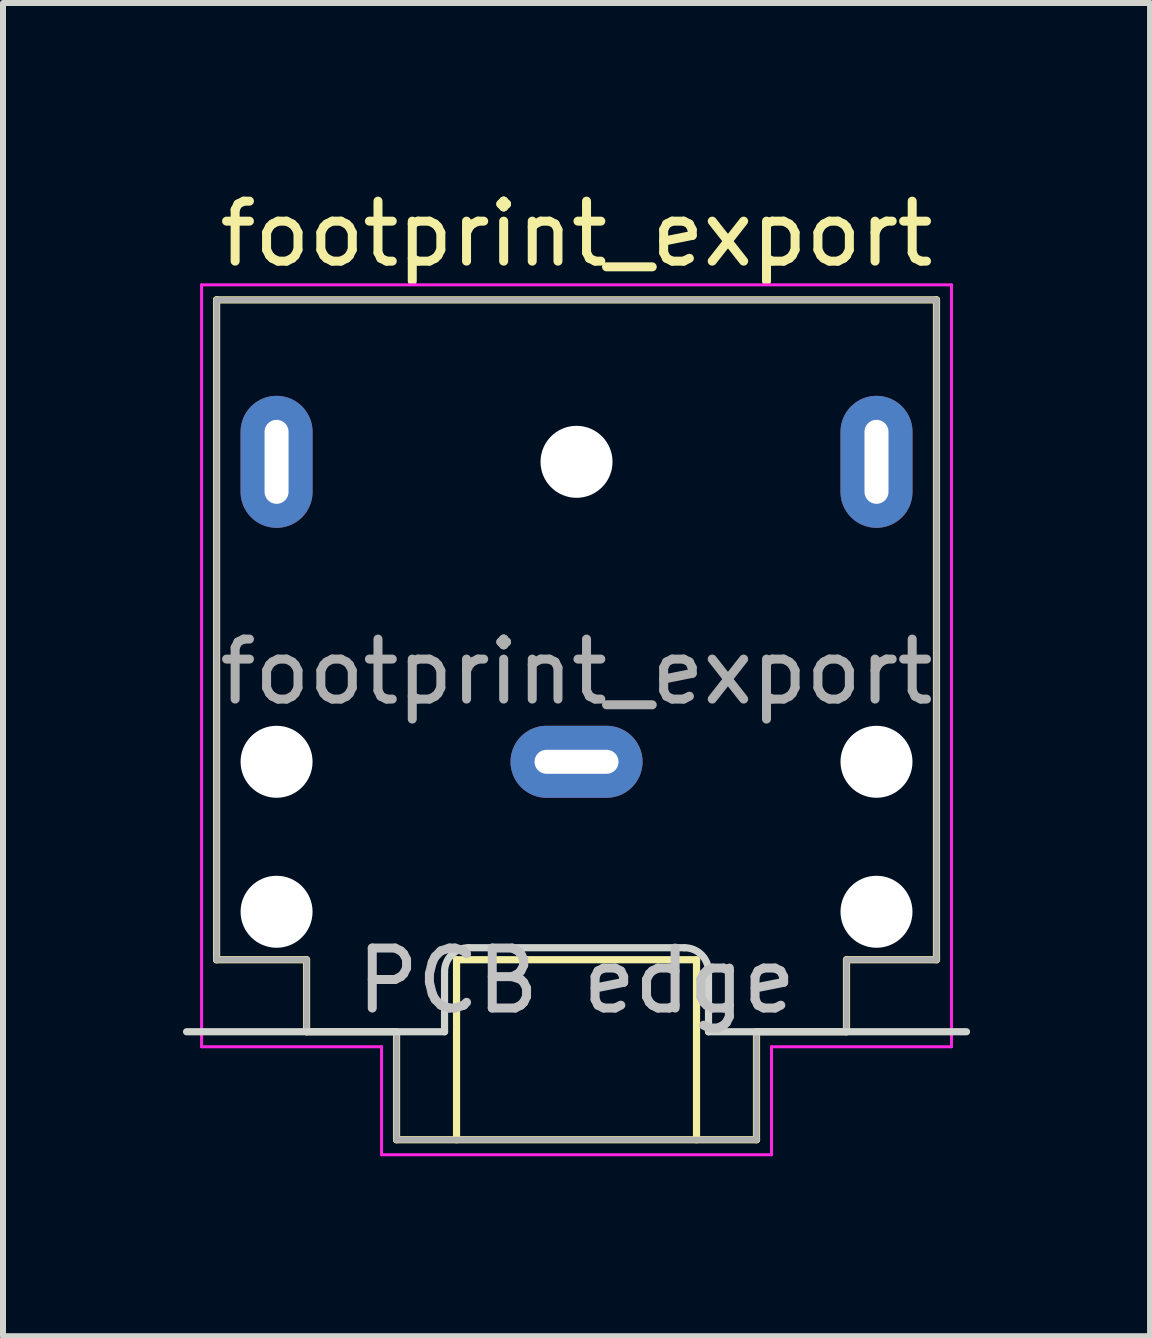
<source format=kicad_pcb>
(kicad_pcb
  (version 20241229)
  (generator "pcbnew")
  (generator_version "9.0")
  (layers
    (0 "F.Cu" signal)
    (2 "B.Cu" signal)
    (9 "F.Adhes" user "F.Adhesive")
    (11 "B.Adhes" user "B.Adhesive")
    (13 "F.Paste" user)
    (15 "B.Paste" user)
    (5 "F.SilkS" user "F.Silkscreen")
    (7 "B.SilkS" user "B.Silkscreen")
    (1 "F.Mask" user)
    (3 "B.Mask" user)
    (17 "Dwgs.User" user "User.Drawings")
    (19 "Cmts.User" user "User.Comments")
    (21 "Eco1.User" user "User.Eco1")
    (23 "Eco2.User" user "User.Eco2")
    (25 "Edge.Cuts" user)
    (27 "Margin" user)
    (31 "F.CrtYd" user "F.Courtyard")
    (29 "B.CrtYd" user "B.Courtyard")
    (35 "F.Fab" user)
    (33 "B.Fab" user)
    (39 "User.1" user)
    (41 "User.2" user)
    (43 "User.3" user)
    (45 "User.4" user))
  (footprint "footprint_export"
    (layer "F.Cu")
    (at 6.56 9.648)
    (property "Reference" "footprint_export" (at 0 -8.8 0) (layer "F.SilkS") (effects (font (size 1 1) (thickness 0.15))))
    (attr through_hole exclude_from_pos_files exclude_from_bom)
    (fp_line (start -6 -7.7) (end 6 -7.7) (stroke (width 0.12) (type solid)) (layer "F.SilkS"))
    (fp_line (start -6 3.3) (end -6 -7.7) (stroke (width 0.12) (type solid)) (layer "F.SilkS"))
    (fp_line (start -4.5 3.3) (end -6 3.3) (stroke (width 0.12) (type solid)) (layer "F.SilkS"))
    (fp_line (start -4.5 4.5) (end -4.5 3.3) (stroke (width 0.12) (type solid)) (layer "F.SilkS"))
    (fp_line (start -3 4.5) (end -4.5 4.5) (stroke (width 0.12) (type solid)) (layer "F.SilkS"))
    (fp_line (start -3 6.3) (end -3 4.5) (stroke (width 0.12) (type solid)) (layer "F.SilkS"))
    (fp_line (start -2 3.3) (end -2 6.3) (stroke (width 0.12) (type solid)) (layer "F.SilkS"))
    (fp_line (start 2 3.3) (end -2 3.3) (stroke (width 0.12) (type solid)) (layer "F.SilkS"))
    (fp_line (start 2 6.3) (end 2 3.3) (stroke (width 0.12) (type solid)) (layer "F.SilkS"))
    (fp_line (start 3 4.5) (end 3 6.3) (stroke (width 0.12) (type solid)) (layer "F.SilkS"))
    (fp_line (start 3 6.3) (end -3 6.3) (stroke (width 0.12) (type solid)) (layer "F.SilkS"))
    (fp_line (start 4.5 3.3) (end 4.5 4.5) (stroke (width 0.12) (type solid)) (layer "F.SilkS"))
    (fp_line (start 4.5 4.5) (end 3 4.5) (stroke (width 0.12) (type solid)) (layer "F.SilkS"))
    (fp_line (start 6 -7.7) (end 6 3.3) (stroke (width 0.12) (type solid)) (layer "F.SilkS"))
    (fp_line (start 6 3.3) (end 4.5 3.3) (stroke (width 0.12) (type solid)) (layer "F.SilkS"))
    (fp_line (start -2.2 3.5) (end -2.2 4.5) (stroke (width 0.12) (type solid)) (layer "Edge.Cuts"))
    (fp_line (start -2.2 4.5) (end -6.5 4.5) (stroke (width 0.12) (type solid)) (layer "Edge.Cuts"))
    (fp_line (start 1.8 3.1) (end -1.8 3.1) (stroke (width 0.12) (type solid)) (layer "Edge.Cuts"))
    (fp_line (start 2.2 3.5) (end 2.2 4.5) (stroke (width 0.12) (type solid)) (layer "Edge.Cuts"))
    (fp_line (start 2.2 4.5) (end 6.5 4.5) (stroke (width 0.12) (type solid)) (layer "Edge.Cuts"))
    (fp_arc (start -2.2 3.5) (mid -2.082843 3.217158) (end -1.8 3.1) (stroke (width 0.12) (type solid)) (layer "Edge.Cuts"))
    (fp_arc (start 1.8 3.1) (mid 2.082843 3.217157) (end 2.2 3.5) (stroke (width 0.12) (type solid)) (layer "Edge.Cuts"))
    (fp_line (start -6.25 -7.95) (end -6.25 4.75) (stroke (width 0.05) (type solid)) (layer "F.CrtYd"))
    (fp_line (start -6.25 4.75) (end -3.25 4.75) (stroke (width 0.05) (type solid)) (layer "F.CrtYd"))
    (fp_line (start -3.25 4.75) (end -3.25 6.55) (stroke (width 0.05) (type solid)) (layer "F.CrtYd"))
    (fp_line (start -3.25 6.55) (end 3.25 6.55) (stroke (width 0.05) (type solid)) (layer "F.CrtYd"))
    (fp_line (start 3.25 4.75) (end 6.25 4.75) (stroke (width 0.05) (type solid)) (layer "F.CrtYd"))
    (fp_line (start 3.25 6.55) (end 3.25 4.75) (stroke (width 0.05) (type solid)) (layer "F.CrtYd"))
    (fp_line (start 6.25 -7.95) (end -6.25 -7.95) (stroke (width 0.05) (type solid)) (layer "F.CrtYd"))
    (fp_line (start 6.25 4.5) (end 6.25 -7.95) (stroke (width 0.05) (type solid)) (layer "F.CrtYd"))
    (fp_line (start 6.25 4.75) (end 6.25 4.5) (stroke (width 0.05) (type solid)) (layer "F.CrtYd"))
    (fp_line (start -6 -7.7) (end 6 -7.7) (stroke (width 0.1) (type solid)) (layer "F.Fab"))
    (fp_line (start -6 3.3) (end -6 -7.7) (stroke (width 0.1) (type solid)) (layer "F.Fab"))
    (fp_line (start -4.5 3.3) (end -6 3.3) (stroke (width 0.1) (type solid)) (layer "F.Fab"))
    (fp_line (start -4.5 4.5) (end -4.5 3.3) (stroke (width 0.1) (type solid)) (layer "F.Fab"))
    (fp_line (start -4.5 4.5) (end -3 4.5) (stroke (width 0.1) (type solid)) (layer "F.Fab"))
    (fp_line (start -3 4.5) (end -3 6.3) (stroke (width 0.1) (type solid)) (layer "F.Fab"))
    (fp_line (start -3 6.3) (end 3 6.3) (stroke (width 0.1) (type solid)) (layer "F.Fab"))
    (fp_line (start 3 4.5) (end 3 6.3) (stroke (width 0.1) (type solid)) (layer "F.Fab"))
    (fp_line (start 4.5 3.3) (end 6 3.3) (stroke (width 0.1) (type solid)) (layer "F.Fab"))
    (fp_line (start 4.5 4.5) (end 3 4.5) (stroke (width 0.1) (type solid)) (layer "F.Fab"))
    (fp_line (start 4.5 4.5) (end 4.5 3.3) (stroke (width 0.1) (type solid)) (layer "F.Fab"))
    (fp_line (start 6 3.3) (end 6 -7.7) (stroke (width 0.1) (type solid)) (layer "F.Fab"))
    (fp_text user "PCB edge" (at 0 3.65 0) (unlocked yes) (layer "Dwgs.User") (effects (font (size 1 1) (thickness 0.15))))
    (fp_text user "${REFERENCE}" (at 0 -1.5 0) (layer "F.Fab") (effects (font (size 1 1) (thickness 0.15))))
    (pad "" np_thru_hole circle (at -5 0) (size 1.2 1.2) (drill 1.2) (layers "*.Cu" "*.Mask"))
    (pad "" np_thru_hole circle (at -5 2.5) (size 1.2 1.2) (drill 1.2) (layers "*.Cu" "*.Mask"))
    (pad "" np_thru_hole circle (at 0 -5) (size 1.2 1.2) (drill 1.2) (layers "*.Cu" "*.Mask"))
    (pad "" np_thru_hole circle (at 5 0) (size 1.2 1.2) (drill 1.2) (layers "*.Cu" "*.Mask"))
    (pad "" np_thru_hole circle (at 5 2.5) (size 1.2 1.2) (drill 1.2) (layers "*.Cu" "*.Mask"))
    (pad "R" thru_hole oval (at -5 -5) (size 1.2 2.2) (drill oval 0.4 1.4) (layers "*.Cu" "*.Mask"))
    (pad "S" thru_hole oval (at 0 0) (size 2.2 1.2) (drill oval 1.4 0.4) (layers "*.Cu" "*.Mask"))
    (pad "T" thru_hole oval (at 5 -5 180) (size 1.2 2.2) (drill oval 0.4 1.4) (layers "*.Cu" "*.Mask")))
  (gr_rect
    (start -3 -3)
    (end 16.12 19.223)
    (stroke (width 0.1) (type default))
    (fill no)
    (layer "Edge.Cuts")))
</source>
